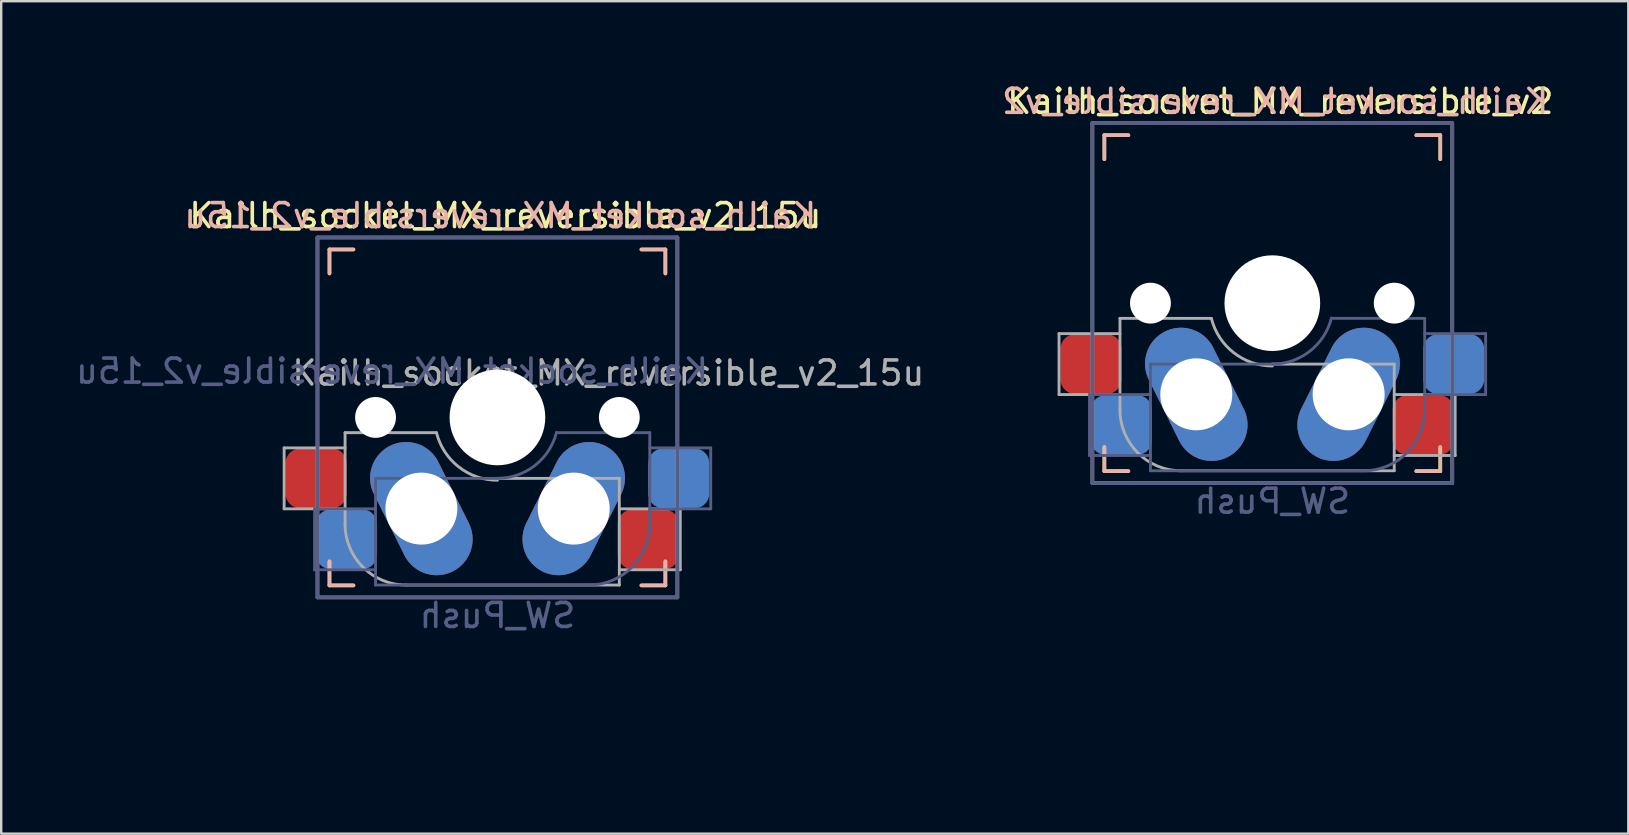
<source format=kicad_pcb>
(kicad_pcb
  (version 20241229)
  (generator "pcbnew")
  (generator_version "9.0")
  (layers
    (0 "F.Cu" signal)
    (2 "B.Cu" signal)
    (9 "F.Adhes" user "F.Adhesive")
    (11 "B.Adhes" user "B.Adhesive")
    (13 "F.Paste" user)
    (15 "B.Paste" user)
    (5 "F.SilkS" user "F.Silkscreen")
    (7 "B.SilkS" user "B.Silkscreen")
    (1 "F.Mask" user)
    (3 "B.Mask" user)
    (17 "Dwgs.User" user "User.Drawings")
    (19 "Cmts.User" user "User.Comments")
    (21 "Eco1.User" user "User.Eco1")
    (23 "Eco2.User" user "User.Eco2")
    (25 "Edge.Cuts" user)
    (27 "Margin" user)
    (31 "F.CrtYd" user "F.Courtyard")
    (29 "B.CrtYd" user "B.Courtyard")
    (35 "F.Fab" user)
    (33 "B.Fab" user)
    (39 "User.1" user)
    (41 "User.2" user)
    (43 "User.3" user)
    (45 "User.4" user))
  (footprint "Kailh_socket_MX_reversible_v2_15u"
    (layer "F.Cu")
    (at 17.682 14.348)
    (property "Reference" "Kailh_socket_MX_reversible_v2_15u" (at 0.33 -8.41 0) (layer "F.SilkS") (effects (font (size 1 1) (thickness 0.15))))
    (property "Value" "SW_Push" (at 0 8.255 0) (layer "F.Fab") (hide yes) (effects (font (size 1 1) (thickness 0.15))))
    (attr through_hole)
    (fp_line (start -7 -7) (end -6 -7) (stroke (width 0.15) (type solid)) (layer "F.SilkS"))
    (fp_line (start -7 -6) (end -7 -7) (stroke (width 0.15) (type solid)) (layer "F.SilkS"))
    (fp_line (start -7 7) (end -7 6) (stroke (width 0.15) (type solid)) (layer "F.SilkS"))
    (fp_line (start -6 7) (end -7 7) (stroke (width 0.15) (type solid)) (layer "F.SilkS"))
    (fp_line (start 6 -7) (end 7 -7) (stroke (width 0.15) (type solid)) (layer "F.SilkS"))
    (fp_line (start 7 -7) (end 7 -6) (stroke (width 0.15) (type solid)) (layer "F.SilkS"))
    (fp_line (start 7 6) (end 7 7) (stroke (width 0.15) (type solid)) (layer "F.SilkS"))
    (fp_line (start 7 7) (end 6 7) (stroke (width 0.15) (type solid)) (layer "F.SilkS"))
    (fp_line (start -7 -7) (end -6 -7) (stroke (width 0.15) (type solid)) (layer "B.SilkS"))
    (fp_line (start -7 -6) (end -7 -7) (stroke (width 0.15) (type solid)) (layer "B.SilkS"))
    (fp_line (start -7 7) (end -7 6) (stroke (width 0.15) (type solid)) (layer "B.SilkS"))
    (fp_line (start -6 7) (end -7 7) (stroke (width 0.15) (type solid)) (layer "B.SilkS"))
    (fp_line (start 6 -7) (end 7 -7) (stroke (width 0.15) (type solid)) (layer "B.SilkS"))
    (fp_line (start 7 -7) (end 7 -6) (stroke (width 0.15) (type solid)) (layer "B.SilkS"))
    (fp_line (start 7 6) (end 7 7) (stroke (width 0.15) (type solid)) (layer "B.SilkS"))
    (fp_line (start 7 7) (end 6 7) (stroke (width 0.15) (type solid)) (layer "B.SilkS"))
    (fp_line (start -9.525 -14.287) (end 9.525 -14.287) (stroke (width 0.12) (type solid)) (layer "Eco2.User"))
    (fp_line (start -9.525 -9.525) (end 9.525 -9.525) (stroke (width 0.12) (type solid)) (layer "Eco2.User"))
    (fp_line (start -9.525 14.287) (end -9.525 -14.287) (stroke (width 0.12) (type solid)) (layer "Eco2.User"))
    (fp_line (start -7.5 -7.5) (end -7.5 7.5) (stroke (width 0.12) (type solid)) (layer "Eco2.User"))
    (fp_line (start -7.5 -7.5) (end 7.5 -7.5) (stroke (width 0.12) (type solid)) (layer "Eco2.User"))
    (fp_line (start -7.5 7.5) (end 7.5 7.5) (stroke (width 0.12) (type solid)) (layer "Eco2.User"))
    (fp_line (start -6.9 6.9) (end -6.9 -6.9) (stroke (width 0.15) (type solid)) (layer "Eco2.User"))
    (fp_line (start -6.9 6.9) (end 6.9 6.9) (stroke (width 0.15) (type solid)) (layer "Eco2.User"))
    (fp_line (start -0.8 -5.85) (end 0.8 -5.85) (stroke (width 0.12) (type solid)) (layer "Eco2.User"))
    (fp_line (start -0.8 -4.25) (end -0.8 -5.85) (stroke (width 0.12) (type solid)) (layer "Eco2.User"))
    (fp_line (start 0.8 -5.85) (end 0.8 -4.25) (stroke (width 0.12) (type solid)) (layer "Eco2.User"))
    (fp_line (start 0.8 -4.25) (end -0.8 -4.25) (stroke (width 0.12) (type solid)) (layer "Eco2.User"))
    (fp_line (start 6.9 -6.9) (end -6.9 -6.9) (stroke (width 0.15) (type solid)) (layer "Eco2.User"))
    (fp_line (start 6.9 -6.9) (end 6.9 6.9) (stroke (width 0.15) (type solid)) (layer "Eco2.User"))
    (fp_line (start 7.5 -7.5) (end 7.5 7.5) (stroke (width 0.15) (type solid)) (layer "Eco2.User"))
    (fp_line (start 9.525 -14.287) (end 9.525 14.287) (stroke (width 0.12) (type solid)) (layer "Eco2.User"))
    (fp_line (start 9.525 9.525) (end -9.525 9.525) (stroke (width 0.12) (type solid)) (layer "Eco2.User"))
    (fp_line (start 9.525 14.287) (end -9.525 14.287) (stroke (width 0.12) (type solid)) (layer "Eco2.User"))
    (fp_line (start -7.62 3.81) (end -7.62 6.35) (stroke (width 0.12) (type solid)) (layer "B.Fab"))
    (fp_line (start -7.62 6.35) (end -5.08 6.35) (stroke (width 0.12) (type solid)) (layer "B.Fab"))
    (fp_line (start -7.5 -7.5) (end 7.5 -7.5) (stroke (width 0.15) (type solid)) (layer "B.Fab"))
    (fp_line (start -7.5 7.5) (end -7.5 -7.5) (stroke (width 0.15) (type solid)) (layer "B.Fab"))
    (fp_line (start -5.08 2.54) (end -5.08 6.985) (stroke (width 0.12) (type solid)) (layer "B.Fab"))
    (fp_line (start -5.08 3.81) (end -7.62 3.81) (stroke (width 0.12) (type solid)) (layer "B.Fab"))
    (fp_line (start -5.08 6.985) (end 3.81 6.985) (stroke (width 0.12) (type solid)) (layer "B.Fab"))
    (fp_line (start 0 2.54) (end -5.08 2.54) (stroke (width 0.12) (type solid)) (layer "B.Fab"))
    (fp_line (start 6.35 0.635) (end 2.54 0.635) (stroke (width 0.12) (type solid)) (layer "B.Fab"))
    (fp_line (start 6.35 3.81) (end 8.89 3.81) (stroke (width 0.12) (type solid)) (layer "B.Fab"))
    (fp_line (start 6.35 4.445) (end 6.35 0.635) (stroke (width 0.12) (type solid)) (layer "B.Fab"))
    (fp_line (start 7.5 -7.5) (end 7.5 7.5) (stroke (width 0.15) (type solid)) (layer "B.Fab"))
    (fp_line (start 7.5 7.5) (end -7.5 7.5) (stroke (width 0.15) (type solid)) (layer "B.Fab"))
    (fp_line (start 8.89 1.27) (end 6.35 1.27) (stroke (width 0.12) (type solid)) (layer "B.Fab"))
    (fp_line (start 8.89 3.81) (end 8.89 1.27) (stroke (width 0.12) (type solid)) (layer "B.Fab"))
    (fp_arc (start 2.464162 0.61604) (mid 1.563147 2.002042) (end 0 2.54) (stroke (width 0.12) (type solid)) (layer "B.Fab"))
    (fp_arc (start 6.35 4.445) (mid 5.606051 6.241051) (end 3.81 6.985) (stroke (width 0.12) (type solid)) (layer "B.Fab"))
    (fp_line (start -8.89 1.27) (end -8.89 3.81) (stroke (width 0.12) (type solid)) (layer "F.Fab"))
    (fp_line (start -8.89 3.81) (end -6.35 3.81) (stroke (width 0.12) (type solid)) (layer "F.Fab"))
    (fp_line (start -7.5 -7.5) (end 7.5 -7.5) (stroke (width 0.15) (type solid)) (layer "F.Fab"))
    (fp_line (start -7.5 7.5) (end -7.5 -7.5) (stroke (width 0.15) (type solid)) (layer "F.Fab"))
    (fp_line (start -6.35 0.635) (end -6.35 4.445) (stroke (width 0.12) (type solid)) (layer "F.Fab"))
    (fp_line (start -6.35 1.27) (end -8.89 1.27) (stroke (width 0.12) (type solid)) (layer "F.Fab"))
    (fp_line (start -3.81 6.985) (end 5.08 6.985) (stroke (width 0.12) (type solid)) (layer "F.Fab"))
    (fp_line (start -2.54 0.635) (end -6.35 0.635) (stroke (width 0.12) (type solid)) (layer "F.Fab"))
    (fp_line (start 5.08 2.54) (end 0 2.54) (stroke (width 0.12) (type solid)) (layer "F.Fab"))
    (fp_line (start 5.08 6.35) (end 7.62 6.35) (stroke (width 0.12) (type solid)) (layer "F.Fab"))
    (fp_line (start 5.08 6.985) (end 5.08 2.54) (stroke (width 0.12) (type solid)) (layer "F.Fab"))
    (fp_line (start 7.5 -7.5) (end 7.5 7.5) (stroke (width 0.15) (type solid)) (layer "F.Fab"))
    (fp_line (start 7.5 7.5) (end -7.5 7.5) (stroke (width 0.15) (type solid)) (layer "F.Fab"))
    (fp_line (start 7.62 3.81) (end 5.08 3.81) (stroke (width 0.12) (type solid)) (layer "F.Fab"))
    (fp_line (start 7.62 6.35) (end 7.62 3.81) (stroke (width 0.12) (type solid)) (layer "F.Fab"))
    (fp_arc (start -3.81 6.985) (mid -5.606051 6.241051) (end -6.35 4.445) (stroke (width 0.12) (type solid)) (layer "F.Fab"))
    (fp_arc (start -0.000001 2.618171) (mid -1.611255 2.063656) (end -2.539999 0.634999) (stroke (width 0.12) (type solid)) (layer "F.Fab"))
    (fp_text user "${REFERENCE}" (at 0.12 -8.41 180) (layer "B.SilkS") (effects (font (size 1 1) (thickness 0.15)) (justify mirror)))
    (fp_text user "${VALUE}" (at 0 8.255 0) (layer "B.Fab") (effects (font (size 1 1) (thickness 0.15)) (justify mirror)))
    (fp_text user "${REFERENCE}" (at -4.39 -1.93 180) (layer "B.Fab") (effects (font (size 1 1) (thickness 0.15)) (justify mirror)))
    (fp_text user "${REFERENCE}" (at 4.62 -1.85 0) (layer "F.Fab") (effects (font (size 1 1) (thickness 0.15))))
    (pad "" np_thru_hole circle (at -5.08 0) (size 1.702 1.702) (drill 1.702) (layers "*.Cu" "*.Mask"))
    (pad "" np_thru_hole oval (at -3.17 3.8 26.5) (size 3 5.85) (drill oval 3) (layers "*.Cu" "*.Mask"))
    (pad "" np_thru_hole circle (at 0 0) (size 3.988 3.988) (drill 3.988) (layers "*.Cu" "*.Mask"))
    (pad "" np_thru_hole oval (at 3.18 3.8 333.5) (size 3 5.85) (drill oval 3) (layers "*.Cu" "*.Mask"))
    (pad "" np_thru_hole circle (at 5.08 0) (size 1.702 1.702) (drill 1.702) (layers "*.Cu" "*.Mask"))
    (pad "1" smd roundrect (at -6.29 5.08) (size 2.55 2.5) (layers "B.Cu" "B.Mask" "B.Paste") (roundrect_rratio 0.25))
    (pad "1" smd roundrect (at 6.29 5.08) (size 2.55 2.5) (layers "F.Cu" "F.Mask" "F.Paste") (roundrect_rratio 0.25))
    (pad "2" smd roundrect (at -7.56 2.54) (size 2.55 2.5) (layers "F.Cu" "F.Mask" "F.Paste") (roundrect_rratio 0.25))
    (pad "2" smd roundrect (at 7.56 2.54) (size 2.55 2.5) (layers "B.Cu" "B.Mask" "B.Paste") (roundrect_rratio 0.25)))
  (footprint "Kailh_socket_MX_reversible_v2"
    (layer "F.Cu")
    (at 49.979 9.585)
    (property "Reference" "Kailh_socket_MX_reversible_v2" (at 0.33 -8.41 0) (layer "F.SilkS") (effects (font (size 1 1) (thickness 0.15))))
    (property "Value" "SW_Push" (at 0 8.255 0) (layer "F.Fab") (hide yes) (effects (font (size 1 1) (thickness 0.15))))
    (attr through_hole)
    (fp_line (start -7 -7) (end -6 -7) (stroke (width 0.15) (type solid)) (layer "F.SilkS"))
    (fp_line (start -7 -6) (end -7 -7) (stroke (width 0.15) (type solid)) (layer "F.SilkS"))
    (fp_line (start -7 7) (end -7 6) (stroke (width 0.15) (type solid)) (layer "F.SilkS"))
    (fp_line (start -6 7) (end -7 7) (stroke (width 0.15) (type solid)) (layer "F.SilkS"))
    (fp_line (start 6 -7) (end 7 -7) (stroke (width 0.15) (type solid)) (layer "F.SilkS"))
    (fp_line (start 7 -7) (end 7 -6) (stroke (width 0.15) (type solid)) (layer "F.SilkS"))
    (fp_line (start 7 6) (end 7 7) (stroke (width 0.15) (type solid)) (layer "F.SilkS"))
    (fp_line (start 7 7) (end 6 7) (stroke (width 0.15) (type solid)) (layer "F.SilkS"))
    (fp_line (start -7 -7) (end -6 -7) (stroke (width 0.15) (type solid)) (layer "B.SilkS"))
    (fp_line (start -7 -6) (end -7 -7) (stroke (width 0.15) (type solid)) (layer "B.SilkS"))
    (fp_line (start -7 7) (end -7 6) (stroke (width 0.15) (type solid)) (layer "B.SilkS"))
    (fp_line (start -6 7) (end -7 7) (stroke (width 0.15) (type solid)) (layer "B.SilkS"))
    (fp_line (start 6 -7) (end 7 -7) (stroke (width 0.15) (type solid)) (layer "B.SilkS"))
    (fp_line (start 7 -7) (end 7 -6) (stroke (width 0.15) (type solid)) (layer "B.SilkS"))
    (fp_line (start 7 6) (end 7 7) (stroke (width 0.15) (type solid)) (layer "B.SilkS"))
    (fp_line (start 7 7) (end 6 7) (stroke (width 0.15) (type solid)) (layer "B.SilkS"))
    (fp_line (start -7 -7) (end -7 7) (stroke (width 0.1) (type solid)) (layer "Eco1.User"))
    (fp_line (start -7 -7) (end 7 -7) (stroke (width 0.1) (type solid)) (layer "Eco1.User"))
    (fp_line (start -7 7) (end 7 7) (stroke (width 0.1) (type solid)) (layer "Eco1.User"))
    (fp_line (start 7 -7) (end 7 7) (stroke (width 0.1) (type solid)) (layer "Eco1.User"))
    (fp_line (start -9.525 -9.525) (end 9.525 -9.525) (stroke (width 0.12) (type solid)) (layer "Eco2.User"))
    (fp_line (start -9.525 9.525) (end -9.525 -9.525) (stroke (width 0.12) (type solid)) (layer "Eco2.User"))
    (fp_line (start -0.8 -5.85) (end 0.8 -5.85) (stroke (width 0.12) (type solid)) (layer "Eco2.User"))
    (fp_line (start -0.8 -4.25) (end -0.8 -5.85) (stroke (width 0.12) (type solid)) (layer "Eco2.User"))
    (fp_line (start 0.8 -5.85) (end 0.8 -4.25) (stroke (width 0.12) (type solid)) (layer "Eco2.User"))
    (fp_line (start 0.8 -4.25) (end -0.8 -4.25) (stroke (width 0.12) (type solid)) (layer "Eco2.User"))
    (fp_line (start 9.525 -9.525) (end 9.525 9.525) (stroke (width 0.12) (type solid)) (layer "Eco2.User"))
    (fp_line (start 9.525 9.525) (end -9.525 9.525) (stroke (width 0.12) (type solid)) (layer "Eco2.User"))
    (fp_line (start -7.62 3.81) (end -7.62 6.35) (stroke (width 0.12) (type solid)) (layer "B.Fab"))
    (fp_line (start -7.62 6.35) (end -5.08 6.35) (stroke (width 0.12) (type solid)) (layer "B.Fab"))
    (fp_line (start -7.5 -7.5) (end 7.5 -7.5) (stroke (width 0.15) (type solid)) (layer "B.Fab"))
    (fp_line (start -7.5 7.5) (end -7.5 -7.5) (stroke (width 0.15) (type solid)) (layer "B.Fab"))
    (fp_line (start -5.08 2.54) (end -5.08 6.985) (stroke (width 0.12) (type solid)) (layer "B.Fab"))
    (fp_line (start -5.08 3.81) (end -7.62 3.81) (stroke (width 0.12) (type solid)) (layer "B.Fab"))
    (fp_line (start -5.08 6.985) (end 3.81 6.985) (stroke (width 0.12) (type solid)) (layer "B.Fab"))
    (fp_line (start 0 2.54) (end -5.08 2.54) (stroke (width 0.12) (type solid)) (layer "B.Fab"))
    (fp_line (start 6.35 0.635) (end 2.54 0.635) (stroke (width 0.12) (type solid)) (layer "B.Fab"))
    (fp_line (start 6.35 3.81) (end 8.89 3.81) (stroke (width 0.12) (type solid)) (layer "B.Fab"))
    (fp_line (start 6.35 4.445) (end 6.35 0.635) (stroke (width 0.12) (type solid)) (layer "B.Fab"))
    (fp_line (start 7.5 -7.5) (end 7.5 7.5) (stroke (width 0.15) (type solid)) (layer "B.Fab"))
    (fp_line (start 7.5 7.5) (end -7.5 7.5) (stroke (width 0.15) (type solid)) (layer "B.Fab"))
    (fp_line (start 8.89 1.27) (end 6.35 1.27) (stroke (width 0.12) (type solid)) (layer "B.Fab"))
    (fp_line (start 8.89 3.81) (end 8.89 1.27) (stroke (width 0.12) (type solid)) (layer "B.Fab"))
    (fp_arc (start 2.464162 0.61604) (mid 1.563147 2.002042) (end 0 2.54) (stroke (width 0.12) (type solid)) (layer "B.Fab"))
    (fp_arc (start 6.35 4.445) (mid 5.606051 6.241051) (end 3.81 6.985) (stroke (width 0.12) (type solid)) (layer "B.Fab"))
    (fp_line (start -8.89 1.27) (end -8.89 3.81) (stroke (width 0.12) (type solid)) (layer "F.Fab"))
    (fp_line (start -8.89 3.81) (end -6.35 3.81) (stroke (width 0.12) (type solid)) (layer "F.Fab"))
    (fp_line (start -7.5 -7.5) (end 7.5 -7.5) (stroke (width 0.15) (type solid)) (layer "F.Fab"))
    (fp_line (start -7.5 7.5) (end -7.5 -7.5) (stroke (width 0.15) (type solid)) (layer "F.Fab"))
    (fp_line (start -6.35 0.635) (end -6.35 4.445) (stroke (width 0.12) (type solid)) (layer "F.Fab"))
    (fp_line (start -6.35 1.27) (end -8.89 1.27) (stroke (width 0.12) (type solid)) (layer "F.Fab"))
    (fp_line (start -3.81 6.985) (end 5.08 6.985) (stroke (width 0.12) (type solid)) (layer "F.Fab"))
    (fp_line (start -2.54 0.635) (end -6.35 0.635) (stroke (width 0.12) (type solid)) (layer "F.Fab"))
    (fp_line (start 5.08 2.54) (end 0 2.54) (stroke (width 0.12) (type solid)) (layer "F.Fab"))
    (fp_line (start 5.08 6.35) (end 7.62 6.35) (stroke (width 0.12) (type solid)) (layer "F.Fab"))
    (fp_line (start 5.08 6.985) (end 5.08 2.54) (stroke (width 0.12) (type solid)) (layer "F.Fab"))
    (fp_line (start 7.5 -7.5) (end 7.5 7.5) (stroke (width 0.15) (type solid)) (layer "F.Fab"))
    (fp_line (start 7.5 7.5) (end -7.5 7.5) (stroke (width 0.15) (type solid)) (layer "F.Fab"))
    (fp_line (start 7.62 3.81) (end 5.08 3.81) (stroke (width 0.12) (type solid)) (layer "F.Fab"))
    (fp_line (start 7.62 6.35) (end 7.62 3.81) (stroke (width 0.12) (type solid)) (layer "F.Fab"))
    (fp_arc (start -3.81 6.985) (mid -5.606051 6.241051) (end -6.35 4.445) (stroke (width 0.12) (type solid)) (layer "F.Fab"))
    (fp_arc (start -0.000001 2.618171) (mid -1.611255 2.063656) (end -2.539999 0.634999) (stroke (width 0.12) (type solid)) (layer "F.Fab"))
    (fp_text user "${REFERENCE}" (at 0.12 -8.41 180) (layer "B.SilkS") (effects (font (size 1 1) (thickness 0.15)) (justify mirror)))
    (fp_text user "${VALUE}" (at 0 8.255 0) (layer "B.Fab") (effects (font (size 1 1) (thickness 0.15)) (justify mirror)))
    (pad "" np_thru_hole circle (at -5.08 0) (size 1.702 1.702) (drill 1.702) (layers "*.Cu" "*.Mask"))
    (pad "" np_thru_hole oval (at -3.17 3.8 26.5) (size 3 5.85) (drill oval 3) (layers "*.Cu" "*.Mask"))
    (pad "" np_thru_hole circle (at 0 0) (size 3.988 3.988) (drill 3.988) (layers "*.Cu" "*.Mask"))
    (pad "" np_thru_hole oval (at 3.18 3.8 333.5) (size 3 5.85) (drill oval 3) (layers "*.Cu" "*.Mask"))
    (pad "" np_thru_hole circle (at 5.08 0) (size 1.702 1.702) (drill 1.702) (layers "*.Cu" "*.Mask"))
    (pad "1" smd roundrect (at -6.29 5.08) (size 2.55 2.5) (layers "B.Cu" "B.Mask" "B.Paste") (roundrect_rratio 0.25))
    (pad "1" smd roundrect (at 6.29 5.08) (size 2.55 2.5) (layers "F.Cu" "F.Mask" "F.Paste") (roundrect_rratio 0.25))
    (pad "2" smd roundrect (at -7.56 2.54) (size 2.55 2.5) (layers "F.Cu" "F.Mask" "F.Paste") (roundrect_rratio 0.25))
    (pad "2" smd roundrect (at 7.56 2.54) (size 2.55 2.5) (layers "B.Cu" "B.Mask" "B.Paste") (roundrect_rratio 0.25)))
  (gr_rect
    (start -3 -3)
    (end 64.815 31.695)
    (stroke (width 0.1) (type default))
    (fill no)
    (layer "Edge.Cuts")))
</source>
